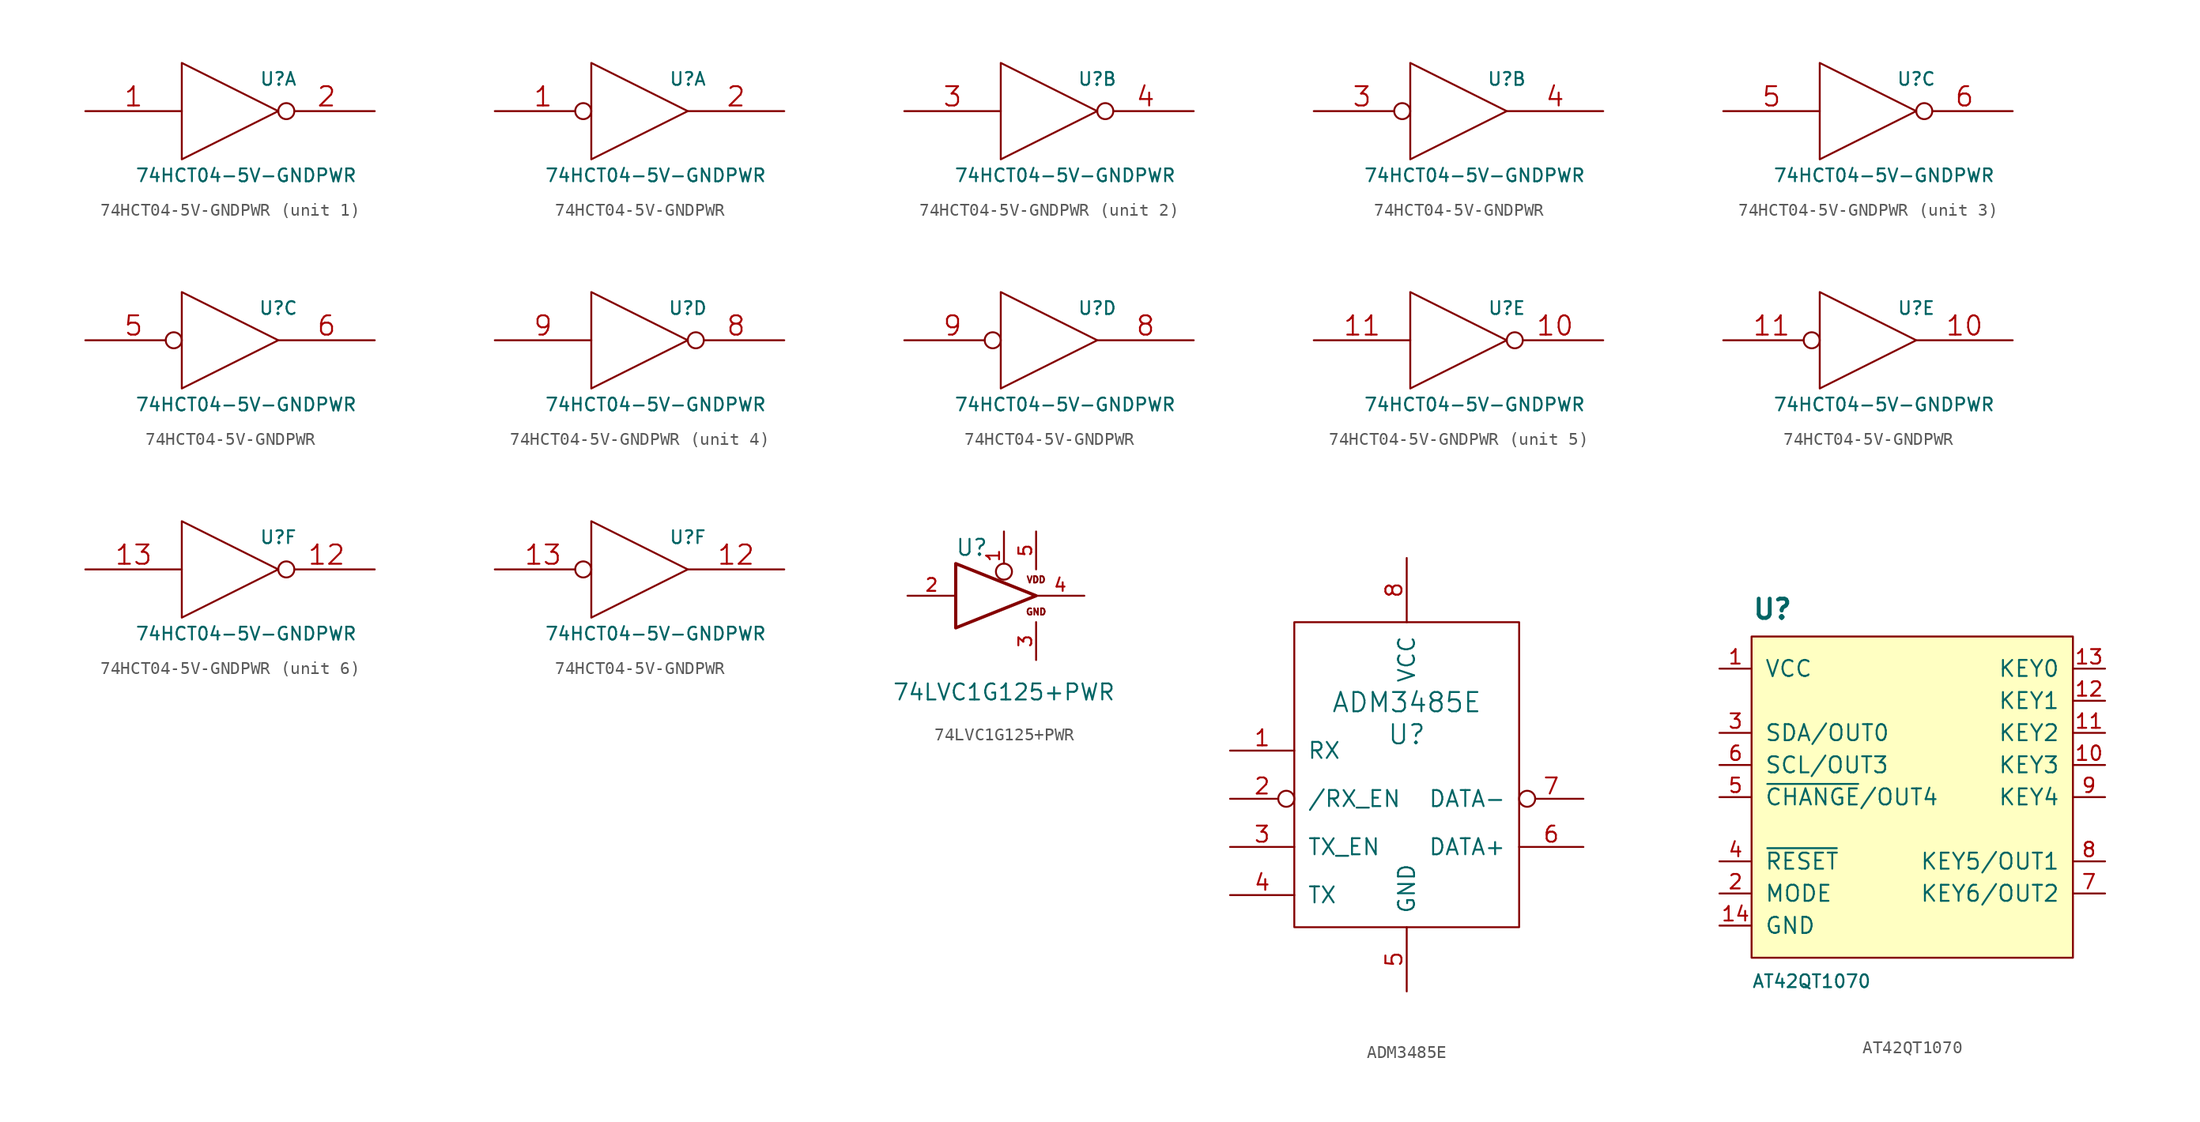
<source format=kicad_sym>
(kicad_symbol_lib
  (version 20220914)
  (generator kicad_symbol_editor)
  (symbol "74HCT04-5V-GNDPWR"
    (pin_names
      (offset 0.762))
    (property "Reference" "U"
      (at 3.81 2.54 0)
      (effects (font (size 1.016 1.016))))
    (property "Value" "74HCT04-5V-GNDPWR"
      (at 1.27 -5.08 0)
      (effects (font (size 1.016 1.016))))
    (symbol "74HCT04-5V-GNDPWR_0_0"
      (polyline (pts (xy -3.81 3.81) (xy -3.81 -3.81) (xy 3.81 0) (xy -3.81 3.81)) (stroke (width 0) (type solid)) (fill (type none)))
      (pin power_in line (at -1.27 2.54 270) (length 0) hide (name "+5V" (effects (font (size 0.508 0.508)))) (number "14" (effects (font (size 0.762 0.762)))))
      (pin power_in line (at -1.27 -2.54 90) (length 0) hide (name "GNDPWR" (effects (font (size 0.508 0.508)))) (number "7" (effects (font (size 0.762 0.762))))))
    (symbol "74HCT04-5V-GNDPWR_1_1"
      (pin input line (at -11.43 0 0) (length 7.62) (name "~" (effects (font (size 1.524 1.524)))) (number "1" (effects (font (size 1.524 1.524)))))
      (pin output inverted (at 11.43 0 180) (length 7.62) (name "~" (effects (font (size 1.524 1.524)))) (number "2" (effects (font (size 1.524 1.524))))))
    (symbol "74HCT04-5V-GNDPWR_1_2"
      (pin input inverted (at -11.43 0 0) (length 7.62) (name "~" (effects (font (size 1.524 1.524)))) (number "1" (effects (font (size 1.524 1.524)))))
      (pin output line (at 11.43 0 180) (length 7.62) (name "~" (effects (font (size 1.524 1.524)))) (number "2" (effects (font (size 1.524 1.524))))))
    (symbol "74HCT04-5V-GNDPWR_2_1"
      (pin input line (at -11.43 0 0) (length 7.62) (name "~" (effects (font (size 1.524 1.524)))) (number "3" (effects (font (size 1.524 1.524)))))
      (pin output inverted (at 11.43 0 180) (length 7.62) (name "~" (effects (font (size 1.524 1.524)))) (number "4" (effects (font (size 1.524 1.524))))))
    (symbol "74HCT04-5V-GNDPWR_2_2"
      (pin input inverted (at -11.43 0 0) (length 7.62) (name "~" (effects (font (size 1.524 1.524)))) (number "3" (effects (font (size 1.524 1.524)))))
      (pin output line (at 11.43 0 180) (length 7.62) (name "~" (effects (font (size 1.524 1.524)))) (number "4" (effects (font (size 1.524 1.524))))))
    (symbol "74HCT04-5V-GNDPWR_3_1"
      (pin input line (at -11.43 0 0) (length 7.62) (name "~" (effects (font (size 1.524 1.524)))) (number "5" (effects (font (size 1.524 1.524)))))
      (pin output inverted (at 11.43 0 180) (length 7.62) (name "~" (effects (font (size 1.524 1.524)))) (number "6" (effects (font (size 1.524 1.524))))))
    (symbol "74HCT04-5V-GNDPWR_3_2"
      (pin input inverted (at -11.43 0 0) (length 7.62) (name "~" (effects (font (size 1.524 1.524)))) (number "5" (effects (font (size 1.524 1.524)))))
      (pin output line (at 11.43 0 180) (length 7.62) (name "~" (effects (font (size 1.524 1.524)))) (number "6" (effects (font (size 1.524 1.524))))))
    (symbol "74HCT04-5V-GNDPWR_4_1"
      (pin output inverted (at 11.43 0 180) (length 7.62) (name "~" (effects (font (size 1.524 1.524)))) (number "8" (effects (font (size 1.524 1.524)))))
      (pin input line (at -11.43 0 0) (length 7.62) (name "~" (effects (font (size 1.524 1.524)))) (number "9" (effects (font (size 1.524 1.524))))))
    (symbol "74HCT04-5V-GNDPWR_4_2"
      (pin output line (at 11.43 0 180) (length 7.62) (name "~" (effects (font (size 1.524 1.524)))) (number "8" (effects (font (size 1.524 1.524)))))
      (pin input inverted (at -11.43 0 0) (length 7.62) (name "~" (effects (font (size 1.524 1.524)))) (number "9" (effects (font (size 1.524 1.524))))))
    (symbol "74HCT04-5V-GNDPWR_5_1"
      (pin output inverted (at 11.43 0 180) (length 7.62) (name "~" (effects (font (size 1.524 1.524)))) (number "10" (effects (font (size 1.524 1.524)))))
      (pin input line (at -11.43 0 0) (length 7.62) (name "~" (effects (font (size 1.524 1.524)))) (number "11" (effects (font (size 1.524 1.524))))))
    (symbol "74HCT04-5V-GNDPWR_5_2"
      (pin output line (at 11.43 0 180) (length 7.62) (name "~" (effects (font (size 1.524 1.524)))) (number "10" (effects (font (size 1.524 1.524)))))
      (pin input inverted (at -11.43 0 0) (length 7.62) (name "~" (effects (font (size 1.524 1.524)))) (number "11" (effects (font (size 1.524 1.524))))))
    (symbol "74HCT04-5V-GNDPWR_6_1"
      (pin output inverted (at 11.43 0 180) (length 7.62) (name "~" (effects (font (size 1.524 1.524)))) (number "12" (effects (font (size 1.524 1.524)))))
      (pin input line (at -11.43 0 0) (length 7.62) (name "~" (effects (font (size 1.524 1.524)))) (number "13" (effects (font (size 1.524 1.524))))))
    (symbol "74HCT04-5V-GNDPWR_6_2"
      (pin output line (at 11.43 0 180) (length 7.62) (name "~" (effects (font (size 1.524 1.524)))) (number "12" (effects (font (size 1.524 1.524)))))
      (pin input inverted (at -11.43 0 0) (length 7.62) (name "~" (effects (font (size 1.524 1.524)))) (number "13" (effects (font (size 1.524 1.524)))))))
  (symbol "74LVC1G125+PWR"
    (pin_names
      (offset 1.016))
    (property "Reference" "U"
      (at -2.54 3.81 0)
      (effects (font (size 1.27 1.27))))
    (property "Value" "74LVC1G125+PWR"
      (at 0 -7.62 0)
      (effects (font (size 1.27 1.27))))
    (property "Footprint" ""
      (at 0 0 0)
      (effects (font (size 1.27 1.27))))
    (property "Datasheet" ""
      (at 0 0 0)
      (effects (font (size 1.27 1.27))))
    (symbol "74LVC1G125+PWR_0_0"
      (text "GND" (at 2.54 -1.27 0) (effects (font (size 0.508 0.508))))
      (text "VDD" (at 2.54 1.27 0) (effects (font (size 0.508 0.508)))))
    (symbol "74LVC1G125+PWR_0_1"
      (polyline (pts (xy -3.81 2.54) (xy -3.81 -2.54) (xy 2.54 0) (xy -3.81 2.54)) (stroke (width 0.254) (type solid)) (fill (type none))))
    (symbol "74LVC1G125+PWR_1_1"
      (pin input inverted (at 0 5.08 270) (length 3.81) (name "~" (effects (font (size 1.016 1.016)))) (number "1" (effects (font (size 1.016 1.016)))))
      (pin input line (at -7.62 0 0) (length 3.81) (name "~" (effects (font (size 1.016 1.016)))) (number "2" (effects (font (size 1.016 1.016)))))
      (pin power_in line (at 2.54 -5.08 90) (length 2.997) (name "~" (effects (font (size 1.016 1.016)))) (number "3" (effects (font (size 1.016 1.016)))))
      (pin tri_state line (at 6.35 0 180) (length 3.81) (name "~" (effects (font (size 1.016 1.016)))) (number "4" (effects (font (size 1.016 1.016)))))
      (pin power_in line (at 2.54 5.08 270) (length 2.997) (name "~" (effects (font (size 1.016 1.016)))) (number "5" (effects (font (size 1.016 1.016)))))))
  (symbol "ADM3485E"
    (pin_names
      (offset 1.016))
    (property "Reference" "U"
      (at -1.27 1.27 0)
      (effects (font (size 1.524 1.524))))
    (property "Value" "ADM3485E"
      (at -1.27 3.81 0)
      (effects (font (size 1.524 1.524))))
    (symbol "ADM3485E_0_1"
      (rectangle (start 7.62 10.16) (end -10.16 -13.97) (stroke (width 0) (type solid)) (fill (type none))))
    (symbol "ADM3485E_1_1"
      (pin output line (at -15.24 0 0) (length 5.08) (name "RX" (effects (font (size 1.27 1.27)))) (number "1" (effects (font (size 1.27 1.27)))))
      (pin input inverted (at -15.24 -3.81 0) (length 5.08) (name "/RX_EN" (effects (font (size 1.27 1.27)))) (number "2" (effects (font (size 1.27 1.27)))))
      (pin input line (at -15.24 -7.62 0) (length 5.08) (name "TX_EN" (effects (font (size 1.27 1.27)))) (number "3" (effects (font (size 1.27 1.27)))))
      (pin input line (at -15.24 -11.43 0) (length 5.08) (name "TX" (effects (font (size 1.27 1.27)))) (number "4" (effects (font (size 1.27 1.27)))))
      (pin input line (at -1.27 -19.05 90) (length 5.08) (name "GND" (effects (font (size 1.27 1.27)))) (number "5" (effects (font (size 1.27 1.27)))))
      (pin bidirectional line (at 12.7 -7.62 180) (length 5.08) (name "DATA+" (effects (font (size 1.27 1.27)))) (number "6" (effects (font (size 1.27 1.27)))))
      (pin bidirectional inverted (at 12.7 -3.81 180) (length 5.08) (name "DATA-" (effects (font (size 1.27 1.27)))) (number "7" (effects (font (size 1.27 1.27)))))
      (pin power_in line (at -1.27 15.24 270) (length 5.08) (name "VCC" (effects (font (size 1.27 1.27)))) (number "8" (effects (font (size 1.27 1.27)))))))
  (symbol "AT42QT1070"
    (pin_names
      (offset 1.016))
    (property "Reference" "U"
      (at -12.7 13.97 0)
      (effects (font (size 1.524 1.524) bold) (justify left bottom)))
    (property "Value" "AT42QT1070"
      (at -12.7 -13.97 0)
      (effects (font (size 1.016 1.016)) (justify left top)))
    (property "Datasheet" ""
      (at -11.43 19.05 0)
      (effects (font (size 1.27 1.27))))
    (symbol "AT42QT1070_0_0"
      (rectangle (start -12.7 12.7) (end 12.7 -12.7) (stroke (width 0) (type solid)) (fill (type background))))
    (symbol "AT42QT1070_1_1"
      (pin power_in line (at -15.24 10.16 0) (length 2.54) (name "VCC" (effects (font (size 1.27 1.27)))) (number "1" (effects (font (size 1.143 1.143)))))
      (pin output line (at 15.24 2.54 180) (length 2.54) (name "KEY3" (effects (font (size 1.27 1.27)))) (number "10" (effects (font (size 1.143 1.143)))))
      (pin output line (at 15.24 5.08 180) (length 2.54) (name "KEY2" (effects (font (size 1.27 1.27)))) (number "11" (effects (font (size 1.143 1.143)))))
      (pin output line (at 15.24 7.62 180) (length 2.54) (name "KEY1" (effects (font (size 1.27 1.27)))) (number "12" (effects (font (size 1.143 1.143)))))
      (pin output line (at 15.24 10.16 180) (length 2.54) (name "KEY0" (effects (font (size 1.27 1.27)))) (number "13" (effects (font (size 1.143 1.143)))))
      (pin power_in line (at -15.24 -10.16 0) (length 2.54) (name "GND" (effects (font (size 1.27 1.27)))) (number "14" (effects (font (size 1.143 1.143)))))
      (pin input line (at -15.24 -7.62 0) (length 2.54) (name "MODE" (effects (font (size 1.27 1.27)))) (number "2" (effects (font (size 1.143 1.143)))))
      (pin bidirectional line (at -15.24 5.08 0) (length 2.54) (name "SDA/OUT0" (effects (font (size 1.27 1.27)))) (number "3" (effects (font (size 1.143 1.143)))))
      (pin input line (at -15.24 -5.08 0) (length 2.54) (name "~{RESET}" (effects (font (size 1.27 1.27)))) (number "4" (effects (font (size 1.143 1.143)))))
      (pin output line (at -15.24 0 0) (length 2.54) (name "~{CHANGE}/OUT4" (effects (font (size 1.27 1.27)))) (number "5" (effects (font (size 1.143 1.143)))))
      (pin input line (at -15.24 2.54 0) (length 2.54) (name "SCL/OUT3" (effects (font (size 1.27 1.27)))) (number "6" (effects (font (size 1.143 1.143)))))
      (pin output line (at 15.24 -7.62 180) (length 2.54) (name "KEY6/OUT2" (effects (font (size 1.27 1.27)))) (number "7" (effects (font (size 1.143 1.143)))))
      (pin output line (at 15.24 -5.08 180) (length 2.54) (name "KEY5/OUT1" (effects (font (size 1.27 1.27)))) (number "8" (effects (font (size 1.143 1.143)))))
      (pin output line (at 15.24 0 180) (length 2.54) (name "KEY4" (effects (font (size 1.27 1.27)))) (number "9" (effects (font (size 1.143 1.143))))))))
</source>
